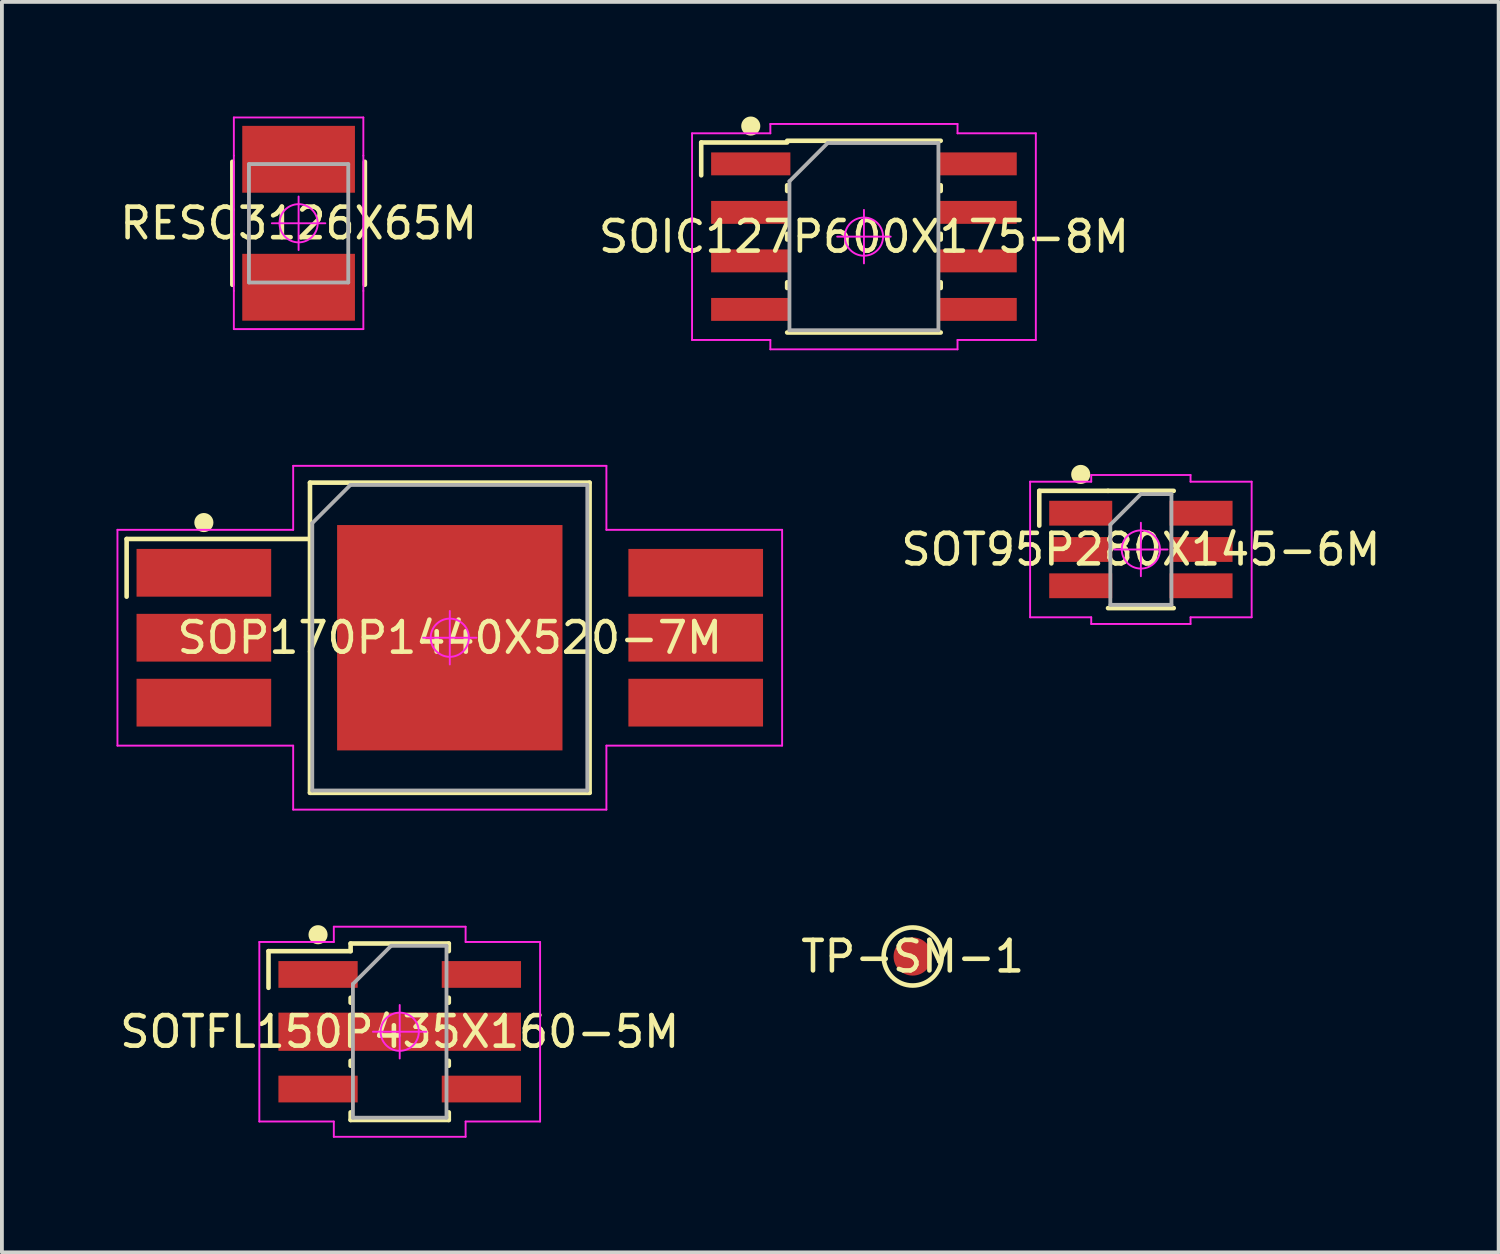
<source format=kicad_pcb>
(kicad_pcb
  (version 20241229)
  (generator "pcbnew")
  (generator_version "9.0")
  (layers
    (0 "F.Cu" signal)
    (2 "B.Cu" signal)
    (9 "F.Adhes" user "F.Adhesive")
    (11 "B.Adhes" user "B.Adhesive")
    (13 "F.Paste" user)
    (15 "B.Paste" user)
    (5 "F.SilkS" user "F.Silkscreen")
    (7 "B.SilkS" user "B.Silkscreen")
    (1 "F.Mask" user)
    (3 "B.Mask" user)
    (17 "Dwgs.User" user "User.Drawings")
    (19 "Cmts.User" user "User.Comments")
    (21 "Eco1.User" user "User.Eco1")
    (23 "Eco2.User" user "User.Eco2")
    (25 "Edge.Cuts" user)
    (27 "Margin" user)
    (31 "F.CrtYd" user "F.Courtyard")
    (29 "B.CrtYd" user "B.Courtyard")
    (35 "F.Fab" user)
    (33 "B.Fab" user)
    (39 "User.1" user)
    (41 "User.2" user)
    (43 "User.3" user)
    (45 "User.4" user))
  (footprint "SOP170P1440X520-7M"
    (layer "F.Cu")
    (at 8.725 13.645)
    (property "Reference" "SOP170P1440X520-7M" (at 0 0 0) (layer "F.SilkS") (effects (font (size 0.8 0.8) (thickness 0.12))))
    (attr smd)
    (fp_line (start -8.46 -2.585) (end -8.46 -1.075) (stroke (width 0.12) (type solid)) (layer "F.SilkS"))
    (fp_line (start -3.66 -4.06) (end 3.66 -4.06) (stroke (width 0.12) (type solid)) (layer "F.SilkS"))
    (fp_line (start -3.66 -2.585) (end -8.46 -2.585) (stroke (width 0.12) (type solid)) (layer "F.SilkS"))
    (fp_line (start -3.66 4.06) (end -3.66 -4.06) (stroke (width 0.12) (type solid)) (layer "F.SilkS"))
    (fp_line (start 3.66 -4.06) (end 3.66 4.06) (stroke (width 0.12) (type solid)) (layer "F.SilkS"))
    (fp_line (start 3.66 4.06) (end -3.66 4.06) (stroke (width 0.12) (type solid)) (layer "F.SilkS"))
    (fp_circle (center -6.438 -3.015) (end -6.438 -2.89) (stroke (width 0.25) (type solid)) (fill no) (layer "F.SilkS"))
    (fp_line (start -8.7 -2.825) (end -4.1 -2.825) (stroke (width 0.05) (type solid)) (layer "F.CrtYd"))
    (fp_line (start -8.7 2.825) (end -8.7 -2.825) (stroke (width 0.05) (type solid)) (layer "F.CrtYd"))
    (fp_line (start -4.1 -4.5) (end 4.1 -4.5) (stroke (width 0.05) (type solid)) (layer "F.CrtYd"))
    (fp_line (start -4.1 -2.825) (end -4.1 -4.5) (stroke (width 0.05) (type solid)) (layer "F.CrtYd"))
    (fp_line (start -4.1 2.825) (end -8.7 2.825) (stroke (width 0.05) (type solid)) (layer "F.CrtYd"))
    (fp_line (start -4.1 4.5) (end -4.1 2.825) (stroke (width 0.05) (type solid)) (layer "F.CrtYd"))
    (fp_line (start -0.7 0) (end 0.7 0) (stroke (width 0.05) (type solid)) (layer "F.CrtYd"))
    (fp_line (start 0 -0.7) (end 0 0.7) (stroke (width 0.05) (type solid)) (layer "F.CrtYd"))
    (fp_line (start 4.1 -4.5) (end 4.1 -2.825) (stroke (width 0.05) (type solid)) (layer "F.CrtYd"))
    (fp_line (start 4.1 -2.825) (end 8.7 -2.825) (stroke (width 0.05) (type solid)) (layer "F.CrtYd"))
    (fp_line (start 4.1 2.825) (end 4.1 4.5) (stroke (width 0.05) (type solid)) (layer "F.CrtYd"))
    (fp_line (start 4.1 4.5) (end -4.1 4.5) (stroke (width 0.05) (type solid)) (layer "F.CrtYd"))
    (fp_line (start 8.7 -2.825) (end 8.7 2.825) (stroke (width 0.05) (type solid)) (layer "F.CrtYd"))
    (fp_line (start 8.7 2.825) (end 4.1 2.825) (stroke (width 0.05) (type solid)) (layer "F.CrtYd"))
    (fp_circle (center 0 0) (end 0 0.5) (stroke (width 0.05) (type solid)) (fill no) (layer "F.CrtYd"))
    (fp_line (start -3.6 -3) (end -2.6 -4) (stroke (width 0.1) (type solid)) (layer "F.Fab"))
    (fp_line (start -3.6 4) (end -3.6 -3) (stroke (width 0.1) (type solid)) (layer "F.Fab"))
    (fp_line (start -2.6 -4) (end 3.6 -4) (stroke (width 0.1) (type solid)) (layer "F.Fab"))
    (fp_line (start 3.6 -4) (end 3.6 4) (stroke (width 0.1) (type solid)) (layer "F.Fab"))
    (fp_line (start 3.6 4) (end -3.6 4) (stroke (width 0.1) (type solid)) (layer "F.Fab"))
    (pad "1" smd rect (at -6.438 -1.7) (size 3.525 1.25) (layers "F.Cu" "F.Mask" "F.Paste"))
    (pad "2" smd rect (at -6.438 0) (size 3.525 1.25) (layers "F.Cu" "F.Mask" "F.Paste"))
    (pad "3" smd rect (at -6.438 1.7) (size 3.525 1.25) (layers "F.Cu" "F.Mask" "F.Paste"))
    (pad "4" smd rect (at 6.438 1.7) (size 3.525 1.25) (layers "F.Cu" "F.Mask" "F.Paste"))
    (pad "5" smd rect (at 6.438 0) (size 3.525 1.25) (layers "F.Cu" "F.Mask" "F.Paste"))
    (pad "6" smd rect (at 6.438 -1.7) (size 3.525 1.25) (layers "F.Cu" "F.Mask" "F.Paste"))
    (pad "7" smd rect (at 0 0) (size 5.9 5.9) (layers "F.Cu" "F.Mask" "F.Paste")))
  (footprint "SOTFL150P435X160-5M"
    (layer "F.Cu")
    (at 7.414 23.96)
    (property "Reference" "SOTFL150P435X160-5M" (at 0 0 0) (layer "F.SilkS") (effects (font (size 0.8 0.8) (thickness 0.12))))
    (attr smd)
    (fp_line (start -3.435 -2.11) (end -3.435 -1.15) (stroke (width 0.12) (type solid)) (layer "F.SilkS"))
    (fp_line (start -1.285 -2.31) (end -1.285 -2.11) (stroke (width 0.12) (type solid)) (layer "F.SilkS"))
    (fp_line (start -1.285 -2.31) (end 1.285 -2.31) (stroke (width 0.12) (type solid)) (layer "F.SilkS"))
    (fp_line (start -1.285 -2.11) (end -3.435 -2.11) (stroke (width 0.12) (type solid)) (layer "F.SilkS"))
    (fp_line (start -1.285 -0.89) (end -1.285 -0.76) (stroke (width 0.12) (type solid)) (layer "F.SilkS"))
    (fp_line (start -1.285 0.76) (end -1.285 0.89) (stroke (width 0.12) (type solid)) (layer "F.SilkS"))
    (fp_line (start -1.285 2.11) (end -1.285 2.31) (stroke (width 0.12) (type solid)) (layer "F.SilkS"))
    (fp_line (start 1.285 -2.31) (end 1.285 -2.11) (stroke (width 0.12) (type solid)) (layer "F.SilkS"))
    (fp_line (start 1.285 -0.89) (end 1.285 -0.76) (stroke (width 0.12) (type solid)) (layer "F.SilkS"))
    (fp_line (start 1.285 0.76) (end 1.285 0.89) (stroke (width 0.12) (type solid)) (layer "F.SilkS"))
    (fp_line (start 1.285 2.11) (end 1.285 2.31) (stroke (width 0.12) (type solid)) (layer "F.SilkS"))
    (fp_line (start 1.285 2.31) (end -1.285 2.31) (stroke (width 0.12) (type solid)) (layer "F.SilkS"))
    (fp_circle (center -2.138 -2.54) (end -2.138 -2.415) (stroke (width 0.25) (type solid)) (fill no) (layer "F.SilkS"))
    (fp_line (start -3.675 -2.35) (end -1.725 -2.35) (stroke (width 0.05) (type solid)) (layer "F.CrtYd"))
    (fp_line (start -3.675 2.35) (end -3.675 -2.35) (stroke (width 0.05) (type solid)) (layer "F.CrtYd"))
    (fp_line (start -1.725 -2.75) (end 1.725 -2.75) (stroke (width 0.05) (type solid)) (layer "F.CrtYd"))
    (fp_line (start -1.725 -2.35) (end -1.725 -2.75) (stroke (width 0.05) (type solid)) (layer "F.CrtYd"))
    (fp_line (start -1.725 2.35) (end -3.675 2.35) (stroke (width 0.05) (type solid)) (layer "F.CrtYd"))
    (fp_line (start -1.725 2.75) (end -1.725 2.35) (stroke (width 0.05) (type solid)) (layer "F.CrtYd"))
    (fp_line (start -0.7 0) (end 0.7 0) (stroke (width 0.05) (type solid)) (layer "F.CrtYd"))
    (fp_line (start 0 -0.7) (end 0 0.7) (stroke (width 0.05) (type solid)) (layer "F.CrtYd"))
    (fp_line (start 1.725 -2.75) (end 1.725 -2.35) (stroke (width 0.05) (type solid)) (layer "F.CrtYd"))
    (fp_line (start 1.725 -2.35) (end 3.675 -2.35) (stroke (width 0.05) (type solid)) (layer "F.CrtYd"))
    (fp_line (start 1.725 2.35) (end 1.725 2.75) (stroke (width 0.05) (type solid)) (layer "F.CrtYd"))
    (fp_line (start 1.725 2.75) (end -1.725 2.75) (stroke (width 0.05) (type solid)) (layer "F.CrtYd"))
    (fp_line (start 3.675 -2.35) (end 3.675 2.35) (stroke (width 0.05) (type solid)) (layer "F.CrtYd"))
    (fp_line (start 3.675 2.35) (end 1.725 2.35) (stroke (width 0.05) (type solid)) (layer "F.CrtYd"))
    (fp_circle (center 0 0) (end 0 0.5) (stroke (width 0.05) (type solid)) (fill no) (layer "F.CrtYd"))
    (fp_line (start -1.225 -1.25) (end -0.225 -2.25) (stroke (width 0.1) (type solid)) (layer "F.Fab"))
    (fp_line (start -1.225 2.25) (end -1.225 -1.25) (stroke (width 0.1) (type solid)) (layer "F.Fab"))
    (fp_line (start -0.225 -2.25) (end 1.225 -2.25) (stroke (width 0.1) (type solid)) (layer "F.Fab"))
    (fp_line (start 1.225 -2.25) (end 1.225 2.25) (stroke (width 0.1) (type solid)) (layer "F.Fab"))
    (fp_line (start 1.225 2.25) (end -1.225 2.25) (stroke (width 0.1) (type solid)) (layer "F.Fab"))
    (pad "1" smd rect (at -2.138 -1.5) (size 2.075 0.7) (layers "F.Cu" "F.Mask" "F.Paste"))
    (pad "2" smd rect (at 0 0) (size 6.35 1) (layers "F.Cu" "F.Mask" "F.Paste"))
    (pad "3" smd rect (at -2.138 1.5) (size 2.075 0.7) (layers "F.Cu" "F.Mask" "F.Paste"))
    (pad "4" smd rect (at 2.138 1.5) (size 2.075 0.7) (layers "F.Cu" "F.Mask" "F.Paste"))
    (pad "5" smd rect (at 2.138 -1.5) (size 2.075 0.7) (layers "F.Cu" "F.Mask" "F.Paste")))
  (footprint "SOT95P280X145-6M"
    (layer "F.Cu")
    (at 26.817 11.335)
    (property "Reference" "SOT95P280X145-6M" (at 0 0 0) (layer "F.SilkS") (effects (font (size 0.8 0.8) (thickness 0.12))))
    (attr smd)
    (fp_line (start -2.66 -1.535) (end -2.66 -0.625) (stroke (width 0.12) (type solid)) (layer "F.SilkS"))
    (fp_line (start -0.86 -1.535) (end -2.66 -1.535) (stroke (width 0.12) (type solid)) (layer "F.SilkS"))
    (fp_line (start -0.86 -1.535) (end 0.86 -1.535) (stroke (width 0.12) (type solid)) (layer "F.SilkS"))
    (fp_line (start 0.86 1.535) (end -0.86 1.535) (stroke (width 0.12) (type solid)) (layer "F.SilkS"))
    (fp_circle (center -1.575 -1.965) (end -1.575 -1.84) (stroke (width 0.25) (type solid)) (fill no) (layer "F.SilkS"))
    (fp_line (start -2.9 -1.775) (end -1.3 -1.775) (stroke (width 0.05) (type solid)) (layer "F.CrtYd"))
    (fp_line (start -2.9 1.775) (end -2.9 -1.775) (stroke (width 0.05) (type solid)) (layer "F.CrtYd"))
    (fp_line (start -1.3 -1.95) (end 1.3 -1.95) (stroke (width 0.05) (type solid)) (layer "F.CrtYd"))
    (fp_line (start -1.3 -1.775) (end -1.3 -1.95) (stroke (width 0.05) (type solid)) (layer "F.CrtYd"))
    (fp_line (start -1.3 1.775) (end -2.9 1.775) (stroke (width 0.05) (type solid)) (layer "F.CrtYd"))
    (fp_line (start -1.3 1.95) (end -1.3 1.775) (stroke (width 0.05) (type solid)) (layer "F.CrtYd"))
    (fp_line (start -0.7 0) (end 0.7 0) (stroke (width 0.05) (type solid)) (layer "F.CrtYd"))
    (fp_line (start 0 -0.7) (end 0 0.7) (stroke (width 0.05) (type solid)) (layer "F.CrtYd"))
    (fp_line (start 1.3 -1.95) (end 1.3 -1.775) (stroke (width 0.05) (type solid)) (layer "F.CrtYd"))
    (fp_line (start 1.3 -1.775) (end 2.9 -1.775) (stroke (width 0.05) (type solid)) (layer "F.CrtYd"))
    (fp_line (start 1.3 1.775) (end 1.3 1.95) (stroke (width 0.05) (type solid)) (layer "F.CrtYd"))
    (fp_line (start 1.3 1.95) (end -1.3 1.95) (stroke (width 0.05) (type solid)) (layer "F.CrtYd"))
    (fp_line (start 2.9 -1.775) (end 2.9 1.775) (stroke (width 0.05) (type solid)) (layer "F.CrtYd"))
    (fp_line (start 2.9 1.775) (end 1.3 1.775) (stroke (width 0.05) (type solid)) (layer "F.CrtYd"))
    (fp_circle (center 0 0) (end 0 0.5) (stroke (width 0.05) (type solid)) (fill no) (layer "F.CrtYd"))
    (fp_line (start -0.8 -0.65) (end 0 -1.45) (stroke (width 0.1) (type solid)) (layer "F.Fab"))
    (fp_line (start -0.8 1.45) (end -0.8 -0.65) (stroke (width 0.1) (type solid)) (layer "F.Fab"))
    (fp_line (start 0 -1.45) (end 0.8 -1.45) (stroke (width 0.1) (type solid)) (layer "F.Fab"))
    (fp_line (start 0.8 -1.45) (end 0.8 1.45) (stroke (width 0.1) (type solid)) (layer "F.Fab"))
    (fp_line (start 0.8 1.45) (end -0.8 1.45) (stroke (width 0.1) (type solid)) (layer "F.Fab"))
    (pad "1" smd rect (at -1.575 -0.95) (size 1.65 0.65) (layers "F.Cu" "F.Mask" "F.Paste"))
    (pad "2" smd rect (at -1.575 0) (size 1.65 0.65) (layers "F.Cu" "F.Mask" "F.Paste"))
    (pad "3" smd rect (at -1.575 0.95) (size 1.65 0.65) (layers "F.Cu" "F.Mask" "F.Paste"))
    (pad "4" smd rect (at 1.575 0.95) (size 1.65 0.65) (layers "F.Cu" "F.Mask" "F.Paste"))
    (pad "5" smd rect (at 1.575 0) (size 1.65 0.65) (layers "F.Cu" "F.Mask" "F.Paste"))
    (pad "6" smd rect (at 1.575 -0.95) (size 1.65 0.65) (layers "F.Cu" "F.Mask" "F.Paste")))
  (footprint "SOIC127P600X175-8M"
    (layer "F.Cu")
    (at 19.567 3.145)
    (property "Reference" "SOIC127P600X175-8M" (at 0 0 0) (layer "F.SilkS") (effects (font (size 0.8 0.8) (thickness 0.12))))
    (attr smd)
    (fp_line (start -4.26 -2.465) (end -4.26 -1.605) (stroke (width 0.12) (type solid)) (layer "F.SilkS"))
    (fp_line (start -2.01 -2.51) (end 2.01 -2.51) (stroke (width 0.12) (type solid)) (layer "F.SilkS"))
    (fp_line (start -2.01 -2.465) (end -4.26 -2.465) (stroke (width 0.12) (type solid)) (layer "F.SilkS"))
    (fp_line (start -2.01 -1.345) (end -2.01 -1.195) (stroke (width 0.12) (type solid)) (layer "F.SilkS"))
    (fp_line (start -2.01 -0.075) (end -2.01 0.075) (stroke (width 0.12) (type solid)) (layer "F.SilkS"))
    (fp_line (start -2.01 1.195) (end -2.01 1.345) (stroke (width 0.12) (type solid)) (layer "F.SilkS"))
    (fp_line (start 2.01 -1.345) (end 2.01 -1.195) (stroke (width 0.12) (type solid)) (layer "F.SilkS"))
    (fp_line (start 2.01 -0.075) (end 2.01 0.075) (stroke (width 0.12) (type solid)) (layer "F.SilkS"))
    (fp_line (start 2.01 1.195) (end 2.01 1.345) (stroke (width 0.12) (type solid)) (layer "F.SilkS"))
    (fp_line (start 2.01 2.51) (end -2.01 2.51) (stroke (width 0.12) (type solid)) (layer "F.SilkS"))
    (fp_circle (center -2.963 -2.895) (end -2.963 -2.77) (stroke (width 0.25) (type solid)) (fill no) (layer "F.SilkS"))
    (fp_line (start -4.5 -2.705) (end -2.45 -2.705) (stroke (width 0.05) (type solid)) (layer "F.CrtYd"))
    (fp_line (start -4.5 2.705) (end -4.5 -2.705) (stroke (width 0.05) (type solid)) (layer "F.CrtYd"))
    (fp_line (start -2.45 -2.95) (end 2.45 -2.95) (stroke (width 0.05) (type solid)) (layer "F.CrtYd"))
    (fp_line (start -2.45 -2.705) (end -2.45 -2.95) (stroke (width 0.05) (type solid)) (layer "F.CrtYd"))
    (fp_line (start -2.45 2.705) (end -4.5 2.705) (stroke (width 0.05) (type solid)) (layer "F.CrtYd"))
    (fp_line (start -2.45 2.95) (end -2.45 2.705) (stroke (width 0.05) (type solid)) (layer "F.CrtYd"))
    (fp_line (start -0.7 0) (end 0.7 0) (stroke (width 0.05) (type solid)) (layer "F.CrtYd"))
    (fp_line (start 0 -0.7) (end 0 0.7) (stroke (width 0.05) (type solid)) (layer "F.CrtYd"))
    (fp_line (start 2.45 -2.95) (end 2.45 -2.705) (stroke (width 0.05) (type solid)) (layer "F.CrtYd"))
    (fp_line (start 2.45 -2.705) (end 4.5 -2.705) (stroke (width 0.05) (type solid)) (layer "F.CrtYd"))
    (fp_line (start 2.45 2.705) (end 2.45 2.95) (stroke (width 0.05) (type solid)) (layer "F.CrtYd"))
    (fp_line (start 2.45 2.95) (end -2.45 2.95) (stroke (width 0.05) (type solid)) (layer "F.CrtYd"))
    (fp_line (start 4.5 -2.705) (end 4.5 2.705) (stroke (width 0.05) (type solid)) (layer "F.CrtYd"))
    (fp_line (start 4.5 2.705) (end 2.45 2.705) (stroke (width 0.05) (type solid)) (layer "F.CrtYd"))
    (fp_circle (center 0 0) (end 0 0.5) (stroke (width 0.05) (type solid)) (fill no) (layer "F.CrtYd"))
    (fp_line (start -1.95 -1.45) (end -0.95 -2.45) (stroke (width 0.1) (type solid)) (layer "F.Fab"))
    (fp_line (start -1.95 2.45) (end -1.95 -1.45) (stroke (width 0.1) (type solid)) (layer "F.Fab"))
    (fp_line (start -0.95 -2.45) (end 1.95 -2.45) (stroke (width 0.1) (type solid)) (layer "F.Fab"))
    (fp_line (start 1.95 -2.45) (end 1.95 2.45) (stroke (width 0.1) (type solid)) (layer "F.Fab"))
    (fp_line (start 1.95 2.45) (end -1.95 2.45) (stroke (width 0.1) (type solid)) (layer "F.Fab"))
    (pad "1" smd rect (at -2.963 -1.905) (size 2.075 0.6) (layers "F.Cu" "F.Mask" "F.Paste"))
    (pad "2" smd rect (at -2.963 -0.635) (size 2.075 0.6) (layers "F.Cu" "F.Mask" "F.Paste"))
    (pad "3" smd rect (at -2.963 0.635) (size 2.075 0.6) (layers "F.Cu" "F.Mask" "F.Paste"))
    (pad "4" smd rect (at -2.963 1.905) (size 2.075 0.6) (layers "F.Cu" "F.Mask" "F.Paste"))
    (pad "5" smd rect (at 2.963 1.905) (size 2.075 0.6) (layers "F.Cu" "F.Mask" "F.Paste"))
    (pad "6" smd rect (at 2.963 0.635) (size 2.075 0.6) (layers "F.Cu" "F.Mask" "F.Paste"))
    (pad "7" smd rect (at 2.963 -0.635) (size 2.075 0.6) (layers "F.Cu" "F.Mask" "F.Paste"))
    (pad "8" smd rect (at 2.963 -1.905) (size 2.075 0.6) (layers "F.Cu" "F.Mask" "F.Paste")))
  (footprint "TP-SM-1"
    (layer "F.Cu")
    (at 20.843 21.99)
    (property "Reference" "TP-SM-1" (at 0 0 0) (layer "F.SilkS") (effects (font (size 0.8 0.8) (thickness 0.12))))
    (attr smd)
    (fp_circle (center 0 0) (end 0 0.76) (stroke (width 0.12) (type solid)) (fill no) (layer "F.SilkS"))
    (pad "1" smd circle (at 0 0) (size 1 1) (layers "F.Cu" "F.Mask" "F.Paste")))
  (footprint "RESC3126X65M"
    (layer "F.Cu")
    (at 4.767 2.795)
    (property "Reference" "RESC3126X65M" (at 0 0 0) (layer "F.SilkS") (effects (font (size 0.8 0.8) (thickness 0.12))))
    (attr smd)
    (fp_line (start -1.735 -1.61) (end -1.735 1.61) (stroke (width 0.12) (type solid)) (layer "F.SilkS"))
    (fp_line (start 1.735 -1.61) (end 1.735 1.61) (stroke (width 0.12) (type solid)) (layer "F.SilkS"))
    (fp_line (start -1.695 -2.77) (end -1.695 -1.77) (stroke (width 0.05) (type solid)) (layer "F.CrtYd"))
    (fp_line (start -1.695 -1.77) (end -1.695 1.77) (stroke (width 0.05) (type solid)) (layer "F.CrtYd"))
    (fp_line (start -1.695 1.77) (end -1.695 2.77) (stroke (width 0.05) (type solid)) (layer "F.CrtYd"))
    (fp_line (start -1.695 2.77) (end 1.695 2.77) (stroke (width 0.05) (type solid)) (layer "F.CrtYd"))
    (fp_line (start -0.7 0) (end 0.7 0) (stroke (width 0.05) (type solid)) (layer "F.CrtYd"))
    (fp_line (start 0 -0.7) (end 0 0.7) (stroke (width 0.05) (type solid)) (layer "F.CrtYd"))
    (fp_line (start 1.695 -2.77) (end -1.695 -2.77) (stroke (width 0.05) (type solid)) (layer "F.CrtYd"))
    (fp_line (start 1.695 -1.77) (end 1.695 -2.77) (stroke (width 0.05) (type solid)) (layer "F.CrtYd"))
    (fp_line (start 1.695 1.77) (end 1.695 -1.77) (stroke (width 0.05) (type solid)) (layer "F.CrtYd"))
    (fp_line (start 1.695 2.77) (end 1.695 1.77) (stroke (width 0.05) (type solid)) (layer "F.CrtYd"))
    (fp_circle (center 0 0) (end 0 0.5) (stroke (width 0.05) (type solid)) (fill no) (layer "F.CrtYd"))
    (fp_line (start -1.3 -1.55) (end 1.3 -1.55) (stroke (width 0.1) (type solid)) (layer "F.Fab"))
    (fp_line (start -1.3 1.55) (end -1.3 -1.55) (stroke (width 0.1) (type solid)) (layer "F.Fab"))
    (fp_line (start 1.3 -1.55) (end 1.3 1.55) (stroke (width 0.1) (type solid)) (layer "F.Fab"))
    (fp_line (start 1.3 1.55) (end -1.3 1.55) (stroke (width 0.1) (type solid)) (layer "F.Fab"))
    (pad "1" smd rect (at 0 -1.675) (size 2.95 1.75) (layers "F.Cu" "F.Mask" "F.Paste"))
    (pad "2" smd rect (at 0 1.675) (size 2.95 1.75) (layers "F.Cu" "F.Mask" "F.Paste")))
  (gr_rect
    (start -3 -3)
    (end 36.183 29.735)
    (stroke (width 0.1) (type default))
    (fill no)
    (layer "Edge.Cuts")))
</source>
